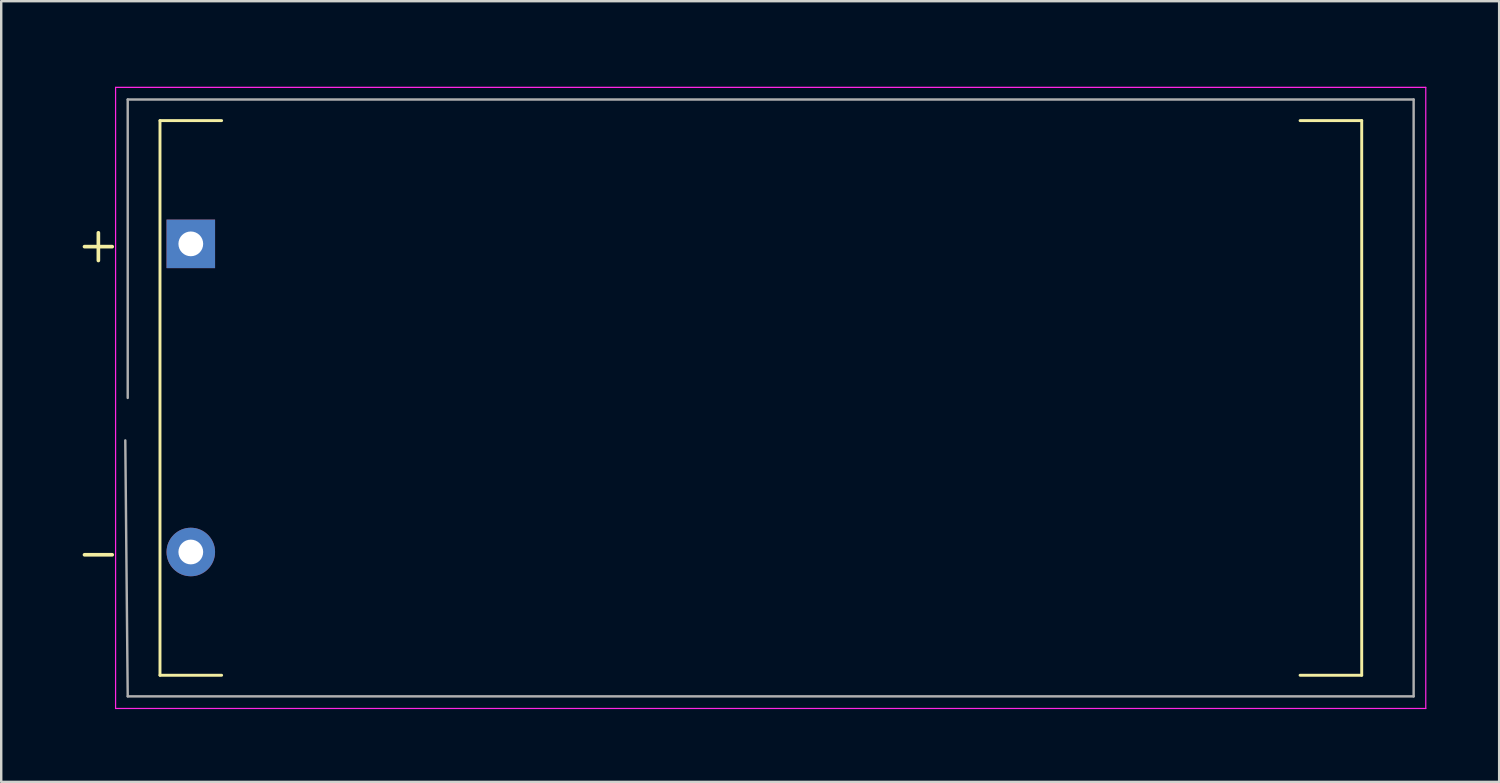
<source format=kicad_pcb>
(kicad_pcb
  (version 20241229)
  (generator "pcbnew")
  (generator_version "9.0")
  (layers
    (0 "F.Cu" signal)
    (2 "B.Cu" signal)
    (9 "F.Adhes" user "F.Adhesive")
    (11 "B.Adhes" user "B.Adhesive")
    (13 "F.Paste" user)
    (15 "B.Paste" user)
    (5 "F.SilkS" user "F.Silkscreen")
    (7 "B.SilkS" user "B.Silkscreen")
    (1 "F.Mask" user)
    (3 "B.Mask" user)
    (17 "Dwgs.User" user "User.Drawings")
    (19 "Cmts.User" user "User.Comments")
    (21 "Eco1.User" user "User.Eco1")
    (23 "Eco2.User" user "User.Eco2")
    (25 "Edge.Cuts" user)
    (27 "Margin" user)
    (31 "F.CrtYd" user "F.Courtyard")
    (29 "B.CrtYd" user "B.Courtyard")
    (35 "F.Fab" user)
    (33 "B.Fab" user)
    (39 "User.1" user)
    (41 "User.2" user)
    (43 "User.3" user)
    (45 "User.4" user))
  (footprint "Keystone_2468_2xAAA"
    (layer "F.Cu")
    (at 4.814 7.001)
    (property "Reference" "Keystone_2468_2xAAA" (at 0 -7 180) (layer "F.SilkS") (effects (font (size 0.001 0.001) (thickness 0.15))))
    (attr through_hole)
    (fp_line (start -1.27 -5.08) (end -1.27 17.78) (stroke (width 0.12) (type solid)) (layer "F.SilkS"))
    (fp_line (start -1.27 17.78) (end 1.27 17.78) (stroke (width 0.12) (type solid)) (layer "F.SilkS"))
    (fp_line (start 1.27 -5.08) (end -1.27 -5.08) (stroke (width 0.12) (type solid)) (layer "F.SilkS"))
    (fp_line (start 48.26 -5.08) (end 45.72 -5.08) (stroke (width 0.12) (type solid)) (layer "F.SilkS"))
    (fp_line (start 48.26 -5.08) (end 48.26 17.78) (stroke (width 0.12) (type solid)) (layer "F.SilkS"))
    (fp_line (start 48.26 17.78) (end 45.72 17.78) (stroke (width 0.12) (type solid)) (layer "F.SilkS"))
    (fp_line (start -3.1 -6.45) (end -3.1 19.15) (stroke (width 0.05) (type solid)) (layer "F.CrtYd"))
    (fp_line (start -3.1 19.15) (end 50.9 19.15) (stroke (width 0.05) (type solid)) (layer "F.CrtYd"))
    (fp_line (start 50.9 -6.45) (end -3.1 -6.45) (stroke (width 0.05) (type solid)) (layer "F.CrtYd"))
    (fp_line (start 50.9 19.15) (end 50.9 -6.45) (stroke (width 0.05) (type solid)) (layer "F.CrtYd"))
    (fp_line (start -2.6 -5.95) (end 50.4 -5.95) (stroke (width 0.1) (type solid)) (layer "F.Fab"))
    (fp_line (start -2.6 6.35) (end -2.6 -5.95) (stroke (width 0.1) (type solid)) (layer "F.Fab"))
    (fp_line (start -2.6 18.65) (end -2.7 8.1) (stroke (width 0.1) (type solid)) (layer "F.Fab"))
    (fp_line (start -2.6 18.65) (end 50.4 18.65) (stroke (width 0.1) (type solid)) (layer "F.Fab"))
    (fp_line (start 50.4 18.65) (end 50.4 -5.95) (stroke (width 0.1) (type solid)) (layer "F.Fab"))
    (fp_text user "-" (at -3.81 12.7 0) (layer "F.SilkS") (effects (font (size 1.5 1.5) (thickness 0.15))))
    (fp_text user "+" (at -3.81 0 0) (layer "F.SilkS") (effects (font (size 1.5 1.5) (thickness 0.15))))
    (pad "1" thru_hole rect (at 0 0) (size 2 2) (drill 1.02) (layers "*.Cu" "*.Mask"))
    (pad "2" thru_hole circle (at 0 12.7) (size 2 2) (drill 1.02) (layers "*.Cu" "*.Mask")))
  (gr_rect
    (start -3 -3)
    (end 58.739 29.176)
    (stroke (width 0.1) (type default))
    (fill no)
    (layer "Edge.Cuts")))
</source>
